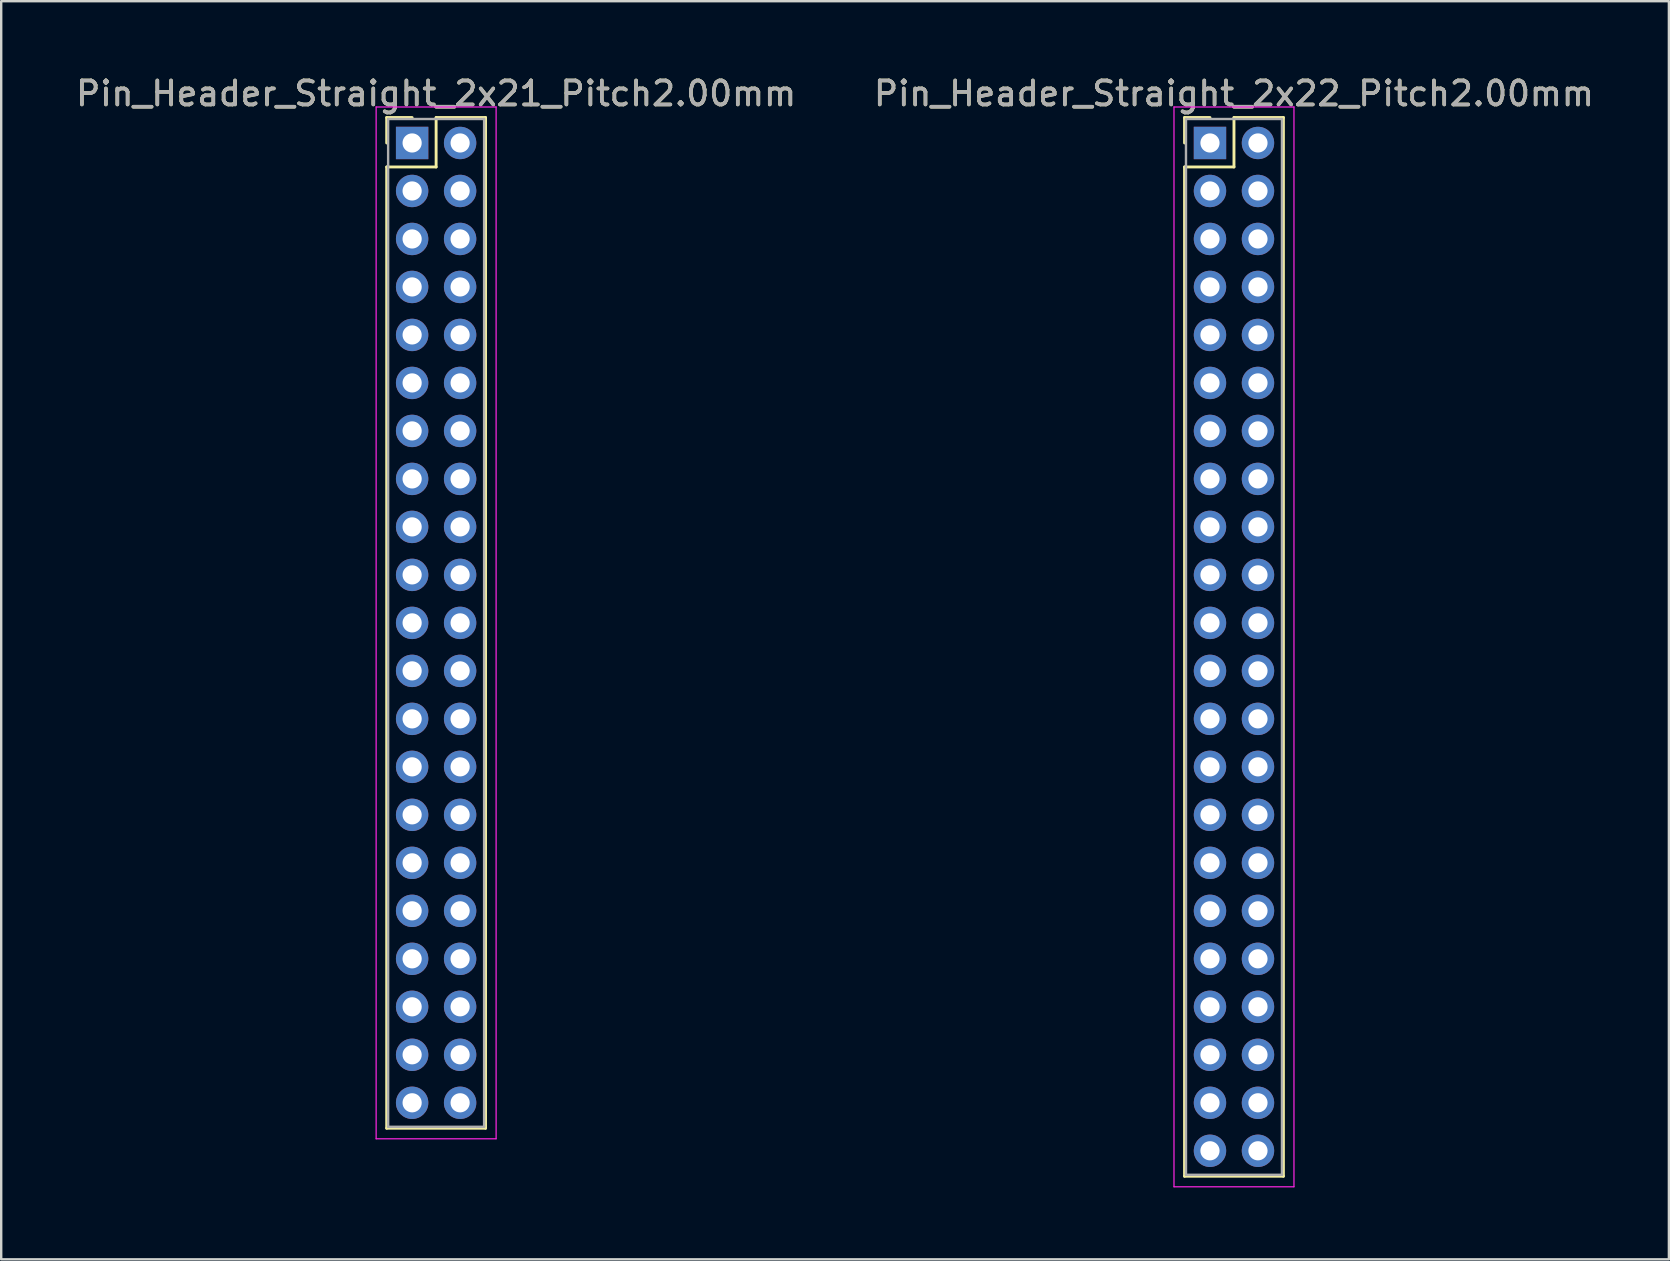
<source format=kicad_pcb>
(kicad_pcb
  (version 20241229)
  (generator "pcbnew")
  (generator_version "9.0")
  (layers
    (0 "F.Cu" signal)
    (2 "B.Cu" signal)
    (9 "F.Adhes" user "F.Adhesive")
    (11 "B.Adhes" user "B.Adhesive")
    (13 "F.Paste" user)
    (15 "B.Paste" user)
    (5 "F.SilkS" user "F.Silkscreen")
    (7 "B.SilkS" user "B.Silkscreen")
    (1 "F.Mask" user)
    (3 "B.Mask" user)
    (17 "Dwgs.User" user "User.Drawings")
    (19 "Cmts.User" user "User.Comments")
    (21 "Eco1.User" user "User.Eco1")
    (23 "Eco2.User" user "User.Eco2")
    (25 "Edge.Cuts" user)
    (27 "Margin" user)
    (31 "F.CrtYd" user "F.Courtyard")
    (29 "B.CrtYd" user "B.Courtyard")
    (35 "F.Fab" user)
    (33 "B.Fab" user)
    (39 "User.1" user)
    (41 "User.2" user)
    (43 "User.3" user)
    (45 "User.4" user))
  (footprint "Pin_Header_Straight_2x22_Pitch2.00mm"
    (layer "F.Cu")
    (at 47.375 2.908)
    (property "Reference" "Pin_Header_Straight_2x22_Pitch2.00mm" (at 1 -2.06 0) (layer "F.SilkS") (effects (font (size 1 1) (thickness 0.15))))
    (attr through_hole)
    (fp_line (start -1.06 -1.06) (end 0 -1.06) (stroke (width 0.12) (type solid)) (layer "F.SilkS"))
    (fp_line (start -1.06 0) (end -1.06 -1.06) (stroke (width 0.12) (type solid)) (layer "F.SilkS"))
    (fp_line (start -1.06 1) (end -1.06 43.06) (stroke (width 0.12) (type solid)) (layer "F.SilkS"))
    (fp_line (start -1.06 43.06) (end 3.06 43.06) (stroke (width 0.12) (type solid)) (layer "F.SilkS"))
    (fp_line (start 1 -1.06) (end 1 1) (stroke (width 0.12) (type solid)) (layer "F.SilkS"))
    (fp_line (start 1 1) (end -1.06 1) (stroke (width 0.12) (type solid)) (layer "F.SilkS"))
    (fp_line (start 3.06 -1.06) (end 1 -1.06) (stroke (width 0.12) (type solid)) (layer "F.SilkS"))
    (fp_line (start 3.06 43.06) (end 3.06 -1.06) (stroke (width 0.12) (type solid)) (layer "F.SilkS"))
    (fp_line (start -1.5 -1.5) (end -1.5 43.5) (stroke (width 0.05) (type solid)) (layer "F.CrtYd"))
    (fp_line (start -1.5 43.5) (end 3.5 43.5) (stroke (width 0.05) (type solid)) (layer "F.CrtYd"))
    (fp_line (start 3.5 -1.5) (end -1.5 -1.5) (stroke (width 0.05) (type solid)) (layer "F.CrtYd"))
    (fp_line (start 3.5 43.5) (end 3.5 -1.5) (stroke (width 0.05) (type solid)) (layer "F.CrtYd"))
    (fp_line (start -1 -1) (end -1 43) (stroke (width 0.1) (type solid)) (layer "F.Fab"))
    (fp_line (start -1 43) (end 3 43) (stroke (width 0.1) (type solid)) (layer "F.Fab"))
    (fp_line (start 3 -1) (end -1 -1) (stroke (width 0.1) (type solid)) (layer "F.Fab"))
    (fp_line (start 3 43) (end 3 -1) (stroke (width 0.1) (type solid)) (layer "F.Fab"))
    (fp_text user "${REFERENCE}" (at 1 -2.06 0) (layer "F.Fab") (effects (font (size 1 1) (thickness 0.15))))
    (pad "1" thru_hole rect (at 0 0) (size 1.35 1.35) (drill 0.8) (layers "*.Cu" "*.Mask"))
    (pad "2" thru_hole oval (at 2 0) (size 1.35 1.35) (drill 0.8) (layers "*.Cu" "*.Mask"))
    (pad "3" thru_hole oval (at 0 2) (size 1.35 1.35) (drill 0.8) (layers "*.Cu" "*.Mask"))
    (pad "4" thru_hole oval (at 2 2) (size 1.35 1.35) (drill 0.8) (layers "*.Cu" "*.Mask"))
    (pad "5" thru_hole oval (at 0 4) (size 1.35 1.35) (drill 0.8) (layers "*.Cu" "*.Mask"))
    (pad "6" thru_hole oval (at 2 4) (size 1.35 1.35) (drill 0.8) (layers "*.Cu" "*.Mask"))
    (pad "7" thru_hole oval (at 0 6) (size 1.35 1.35) (drill 0.8) (layers "*.Cu" "*.Mask"))
    (pad "8" thru_hole oval (at 2 6) (size 1.35 1.35) (drill 0.8) (layers "*.Cu" "*.Mask"))
    (pad "9" thru_hole oval (at 0 8) (size 1.35 1.35) (drill 0.8) (layers "*.Cu" "*.Mask"))
    (pad "10" thru_hole oval (at 2 8) (size 1.35 1.35) (drill 0.8) (layers "*.Cu" "*.Mask"))
    (pad "11" thru_hole oval (at 0 10) (size 1.35 1.35) (drill 0.8) (layers "*.Cu" "*.Mask"))
    (pad "12" thru_hole oval (at 2 10) (size 1.35 1.35) (drill 0.8) (layers "*.Cu" "*.Mask"))
    (pad "13" thru_hole oval (at 0 12) (size 1.35 1.35) (drill 0.8) (layers "*.Cu" "*.Mask"))
    (pad "14" thru_hole oval (at 2 12) (size 1.35 1.35) (drill 0.8) (layers "*.Cu" "*.Mask"))
    (pad "15" thru_hole oval (at 0 14) (size 1.35 1.35) (drill 0.8) (layers "*.Cu" "*.Mask"))
    (pad "16" thru_hole oval (at 2 14) (size 1.35 1.35) (drill 0.8) (layers "*.Cu" "*.Mask"))
    (pad "17" thru_hole oval (at 0 16) (size 1.35 1.35) (drill 0.8) (layers "*.Cu" "*.Mask"))
    (pad "18" thru_hole oval (at 2 16) (size 1.35 1.35) (drill 0.8) (layers "*.Cu" "*.Mask"))
    (pad "19" thru_hole oval (at 0 18) (size 1.35 1.35) (drill 0.8) (layers "*.Cu" "*.Mask"))
    (pad "20" thru_hole oval (at 2 18) (size 1.35 1.35) (drill 0.8) (layers "*.Cu" "*.Mask"))
    (pad "21" thru_hole oval (at 0 20) (size 1.35 1.35) (drill 0.8) (layers "*.Cu" "*.Mask"))
    (pad "22" thru_hole oval (at 2 20) (size 1.35 1.35) (drill 0.8) (layers "*.Cu" "*.Mask"))
    (pad "23" thru_hole oval (at 0 22) (size 1.35 1.35) (drill 0.8) (layers "*.Cu" "*.Mask"))
    (pad "24" thru_hole oval (at 2 22) (size 1.35 1.35) (drill 0.8) (layers "*.Cu" "*.Mask"))
    (pad "25" thru_hole oval (at 0 24) (size 1.35 1.35) (drill 0.8) (layers "*.Cu" "*.Mask"))
    (pad "26" thru_hole oval (at 2 24) (size 1.35 1.35) (drill 0.8) (layers "*.Cu" "*.Mask"))
    (pad "27" thru_hole oval (at 0 26) (size 1.35 1.35) (drill 0.8) (layers "*.Cu" "*.Mask"))
    (pad "28" thru_hole oval (at 2 26) (size 1.35 1.35) (drill 0.8) (layers "*.Cu" "*.Mask"))
    (pad "29" thru_hole oval (at 0 28) (size 1.35 1.35) (drill 0.8) (layers "*.Cu" "*.Mask"))
    (pad "30" thru_hole oval (at 2 28) (size 1.35 1.35) (drill 0.8) (layers "*.Cu" "*.Mask"))
    (pad "31" thru_hole oval (at 0 30) (size 1.35 1.35) (drill 0.8) (layers "*.Cu" "*.Mask"))
    (pad "32" thru_hole oval (at 2 30) (size 1.35 1.35) (drill 0.8) (layers "*.Cu" "*.Mask"))
    (pad "33" thru_hole oval (at 0 32) (size 1.35 1.35) (drill 0.8) (layers "*.Cu" "*.Mask"))
    (pad "34" thru_hole oval (at 2 32) (size 1.35 1.35) (drill 0.8) (layers "*.Cu" "*.Mask"))
    (pad "35" thru_hole oval (at 0 34) (size 1.35 1.35) (drill 0.8) (layers "*.Cu" "*.Mask"))
    (pad "36" thru_hole oval (at 2 34) (size 1.35 1.35) (drill 0.8) (layers "*.Cu" "*.Mask"))
    (pad "37" thru_hole oval (at 0 36) (size 1.35 1.35) (drill 0.8) (layers "*.Cu" "*.Mask"))
    (pad "38" thru_hole oval (at 2 36) (size 1.35 1.35) (drill 0.8) (layers "*.Cu" "*.Mask"))
    (pad "39" thru_hole oval (at 0 38) (size 1.35 1.35) (drill 0.8) (layers "*.Cu" "*.Mask"))
    (pad "40" thru_hole oval (at 2 38) (size 1.35 1.35) (drill 0.8) (layers "*.Cu" "*.Mask"))
    (pad "41" thru_hole oval (at 0 40) (size 1.35 1.35) (drill 0.8) (layers "*.Cu" "*.Mask"))
    (pad "42" thru_hole oval (at 2 40) (size 1.35 1.35) (drill 0.8) (layers "*.Cu" "*.Mask"))
    (pad "43" thru_hole oval (at 0 42) (size 1.35 1.35) (drill 0.8) (layers "*.Cu" "*.Mask"))
    (pad "44" thru_hole oval (at 2 42) (size 1.35 1.35) (drill 0.8) (layers "*.Cu" "*.Mask")))
  (footprint "Pin_Header_Straight_2x21_Pitch2.00mm"
    (layer "F.Cu")
    (at 14.125 2.908)
    (property "Reference" "Pin_Header_Straight_2x21_Pitch2.00mm" (at 1 -2.06 0) (layer "F.SilkS") (effects (font (size 1 1) (thickness 0.15))))
    (attr through_hole)
    (fp_line (start -1.06 -1.06) (end 0 -1.06) (stroke (width 0.12) (type solid)) (layer "F.SilkS"))
    (fp_line (start -1.06 0) (end -1.06 -1.06) (stroke (width 0.12) (type solid)) (layer "F.SilkS"))
    (fp_line (start -1.06 1) (end -1.06 41.06) (stroke (width 0.12) (type solid)) (layer "F.SilkS"))
    (fp_line (start -1.06 41.06) (end 3.06 41.06) (stroke (width 0.12) (type solid)) (layer "F.SilkS"))
    (fp_line (start 1 -1.06) (end 1 1) (stroke (width 0.12) (type solid)) (layer "F.SilkS"))
    (fp_line (start 1 1) (end -1.06 1) (stroke (width 0.12) (type solid)) (layer "F.SilkS"))
    (fp_line (start 3.06 -1.06) (end 1 -1.06) (stroke (width 0.12) (type solid)) (layer "F.SilkS"))
    (fp_line (start 3.06 41.06) (end 3.06 -1.06) (stroke (width 0.12) (type solid)) (layer "F.SilkS"))
    (fp_line (start -1.5 -1.5) (end -1.5 41.5) (stroke (width 0.05) (type solid)) (layer "F.CrtYd"))
    (fp_line (start -1.5 41.5) (end 3.5 41.5) (stroke (width 0.05) (type solid)) (layer "F.CrtYd"))
    (fp_line (start 3.5 -1.5) (end -1.5 -1.5) (stroke (width 0.05) (type solid)) (layer "F.CrtYd"))
    (fp_line (start 3.5 41.5) (end 3.5 -1.5) (stroke (width 0.05) (type solid)) (layer "F.CrtYd"))
    (fp_line (start -1 -1) (end -1 41) (stroke (width 0.1) (type solid)) (layer "F.Fab"))
    (fp_line (start -1 41) (end 3 41) (stroke (width 0.1) (type solid)) (layer "F.Fab"))
    (fp_line (start 3 -1) (end -1 -1) (stroke (width 0.1) (type solid)) (layer "F.Fab"))
    (fp_line (start 3 41) (end 3 -1) (stroke (width 0.1) (type solid)) (layer "F.Fab"))
    (fp_text user "${REFERENCE}" (at 1 -2.06 0) (layer "F.Fab") (effects (font (size 1 1) (thickness 0.15))))
    (pad "1" thru_hole rect (at 0 0) (size 1.35 1.35) (drill 0.8) (layers "*.Cu" "*.Mask"))
    (pad "2" thru_hole oval (at 2 0) (size 1.35 1.35) (drill 0.8) (layers "*.Cu" "*.Mask"))
    (pad "3" thru_hole oval (at 0 2) (size 1.35 1.35) (drill 0.8) (layers "*.Cu" "*.Mask"))
    (pad "4" thru_hole oval (at 2 2) (size 1.35 1.35) (drill 0.8) (layers "*.Cu" "*.Mask"))
    (pad "5" thru_hole oval (at 0 4) (size 1.35 1.35) (drill 0.8) (layers "*.Cu" "*.Mask"))
    (pad "6" thru_hole oval (at 2 4) (size 1.35 1.35) (drill 0.8) (layers "*.Cu" "*.Mask"))
    (pad "7" thru_hole oval (at 0 6) (size 1.35 1.35) (drill 0.8) (layers "*.Cu" "*.Mask"))
    (pad "8" thru_hole oval (at 2 6) (size 1.35 1.35) (drill 0.8) (layers "*.Cu" "*.Mask"))
    (pad "9" thru_hole oval (at 0 8) (size 1.35 1.35) (drill 0.8) (layers "*.Cu" "*.Mask"))
    (pad "10" thru_hole oval (at 2 8) (size 1.35 1.35) (drill 0.8) (layers "*.Cu" "*.Mask"))
    (pad "11" thru_hole oval (at 0 10) (size 1.35 1.35) (drill 0.8) (layers "*.Cu" "*.Mask"))
    (pad "12" thru_hole oval (at 2 10) (size 1.35 1.35) (drill 0.8) (layers "*.Cu" "*.Mask"))
    (pad "13" thru_hole oval (at 0 12) (size 1.35 1.35) (drill 0.8) (layers "*.Cu" "*.Mask"))
    (pad "14" thru_hole oval (at 2 12) (size 1.35 1.35) (drill 0.8) (layers "*.Cu" "*.Mask"))
    (pad "15" thru_hole oval (at 0 14) (size 1.35 1.35) (drill 0.8) (layers "*.Cu" "*.Mask"))
    (pad "16" thru_hole oval (at 2 14) (size 1.35 1.35) (drill 0.8) (layers "*.Cu" "*.Mask"))
    (pad "17" thru_hole oval (at 0 16) (size 1.35 1.35) (drill 0.8) (layers "*.Cu" "*.Mask"))
    (pad "18" thru_hole oval (at 2 16) (size 1.35 1.35) (drill 0.8) (layers "*.Cu" "*.Mask"))
    (pad "19" thru_hole oval (at 0 18) (size 1.35 1.35) (drill 0.8) (layers "*.Cu" "*.Mask"))
    (pad "20" thru_hole oval (at 2 18) (size 1.35 1.35) (drill 0.8) (layers "*.Cu" "*.Mask"))
    (pad "21" thru_hole oval (at 0 20) (size 1.35 1.35) (drill 0.8) (layers "*.Cu" "*.Mask"))
    (pad "22" thru_hole oval (at 2 20) (size 1.35 1.35) (drill 0.8) (layers "*.Cu" "*.Mask"))
    (pad "23" thru_hole oval (at 0 22) (size 1.35 1.35) (drill 0.8) (layers "*.Cu" "*.Mask"))
    (pad "24" thru_hole oval (at 2 22) (size 1.35 1.35) (drill 0.8) (layers "*.Cu" "*.Mask"))
    (pad "25" thru_hole oval (at 0 24) (size 1.35 1.35) (drill 0.8) (layers "*.Cu" "*.Mask"))
    (pad "26" thru_hole oval (at 2 24) (size 1.35 1.35) (drill 0.8) (layers "*.Cu" "*.Mask"))
    (pad "27" thru_hole oval (at 0 26) (size 1.35 1.35) (drill 0.8) (layers "*.Cu" "*.Mask"))
    (pad "28" thru_hole oval (at 2 26) (size 1.35 1.35) (drill 0.8) (layers "*.Cu" "*.Mask"))
    (pad "29" thru_hole oval (at 0 28) (size 1.35 1.35) (drill 0.8) (layers "*.Cu" "*.Mask"))
    (pad "30" thru_hole oval (at 2 28) (size 1.35 1.35) (drill 0.8) (layers "*.Cu" "*.Mask"))
    (pad "31" thru_hole oval (at 0 30) (size 1.35 1.35) (drill 0.8) (layers "*.Cu" "*.Mask"))
    (pad "32" thru_hole oval (at 2 30) (size 1.35 1.35) (drill 0.8) (layers "*.Cu" "*.Mask"))
    (pad "33" thru_hole oval (at 0 32) (size 1.35 1.35) (drill 0.8) (layers "*.Cu" "*.Mask"))
    (pad "34" thru_hole oval (at 2 32) (size 1.35 1.35) (drill 0.8) (layers "*.Cu" "*.Mask"))
    (pad "35" thru_hole oval (at 0 34) (size 1.35 1.35) (drill 0.8) (layers "*.Cu" "*.Mask"))
    (pad "36" thru_hole oval (at 2 34) (size 1.35 1.35) (drill 0.8) (layers "*.Cu" "*.Mask"))
    (pad "37" thru_hole oval (at 0 36) (size 1.35 1.35) (drill 0.8) (layers "*.Cu" "*.Mask"))
    (pad "38" thru_hole oval (at 2 36) (size 1.35 1.35) (drill 0.8) (layers "*.Cu" "*.Mask"))
    (pad "39" thru_hole oval (at 0 38) (size 1.35 1.35) (drill 0.8) (layers "*.Cu" "*.Mask"))
    (pad "40" thru_hole oval (at 2 38) (size 1.35 1.35) (drill 0.8) (layers "*.Cu" "*.Mask"))
    (pad "41" thru_hole oval (at 0 40) (size 1.35 1.35) (drill 0.8) (layers "*.Cu" "*.Mask"))
    (pad "42" thru_hole oval (at 2 40) (size 1.35 1.35) (drill 0.8) (layers "*.Cu" "*.Mask")))
  (gr_rect
    (start -3 -3)
    (end 66.5 49.433)
    (stroke (width 0.1) (type default))
    (fill no)
    (layer "Edge.Cuts")))
</source>
